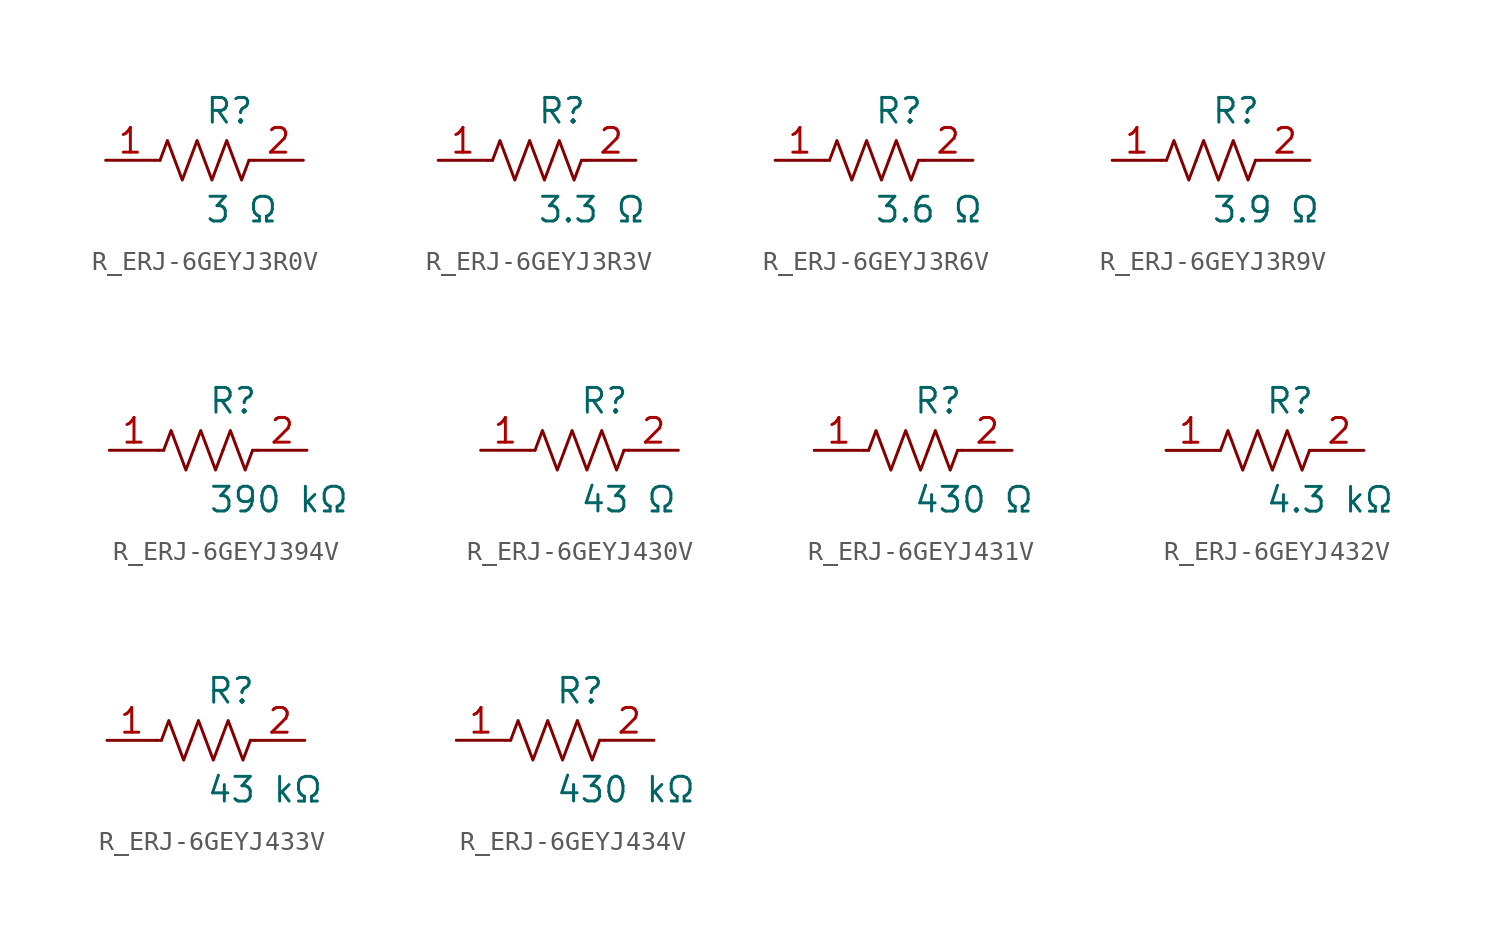
<source format=kicad_sym>
(kicad_symbol_lib
  (version 20231120)
  (generator kicad_symbol_editor)
  (generator_version 8.0)
  (symbol "R_ERJ-6GEYJ3R0V"
    (pin_names
      (offset 0.254))
    (property "Reference" "R"
      (at 0 2.54 0)
      (effects (font (size 1.27 1.27)) (justify left)))
    (property "Value" "3 Ω"
      (at 0 -2.54 0)
      (effects (font (size 1.27 1.27)) (justify left)))
    (symbol "R_ERJ-6GEYJ3R0V_0_1"
      (polyline (pts (xy 2.286 0) (xy 2.54 0)) (stroke (width 0) (type default)) (fill (type none)))
      (polyline (pts (xy -2.286 0) (xy -2.54 0)) (stroke (width 0) (type default)) (fill (type none)))
      (polyline (pts (xy 0.762 0) (xy 1.143 1.016) (xy 1.524 0) (xy 1.905 -1.016) (xy 2.286 0)) (stroke (width 0) (type default)) (fill (type none)))
      (polyline (pts (xy -0.762 0) (xy -0.381 1.016) (xy 0 0) (xy 0.381 -1.016) (xy 0.762 0)) (stroke (width 0) (type default)) (fill (type none)))
      (polyline (pts (xy -2.286 0) (xy -1.905 1.016) (xy -1.524 0) (xy -1.143 -1.016) (xy -0.762 0)) (stroke (width 0) (type default)) (fill (type none))))
    (pin passive line
      (at -5.08 0 0)
      (length 2.54)
      (name "" (effects (font (size 1.27 1.27))))
      (number "1" (effects (font (size 1.27 1.27)))))
    (pin passive line
      (at 5.08 0 180)
      (length 2.54)
      (name "" (effects (font (size 1.27 1.27))))
      (number "2" (effects (font (size 1.27 1.27))))))
  (symbol "R_ERJ-6GEYJ3R3V"
    (pin_names
      (offset 0.254))
    (property "Reference" "R"
      (at 0 2.54 0)
      (effects (font (size 1.27 1.27)) (justify left)))
    (property "Value" "3.3 Ω"
      (at 0 -2.54 0)
      (effects (font (size 1.27 1.27)) (justify left)))
    (symbol "R_ERJ-6GEYJ3R3V_0_1"
      (polyline (pts (xy 2.286 0) (xy 2.54 0)) (stroke (width 0) (type default)) (fill (type none)))
      (polyline (pts (xy -2.286 0) (xy -2.54 0)) (stroke (width 0) (type default)) (fill (type none)))
      (polyline (pts (xy 0.762 0) (xy 1.143 1.016) (xy 1.524 0) (xy 1.905 -1.016) (xy 2.286 0)) (stroke (width 0) (type default)) (fill (type none)))
      (polyline (pts (xy -0.762 0) (xy -0.381 1.016) (xy 0 0) (xy 0.381 -1.016) (xy 0.762 0)) (stroke (width 0) (type default)) (fill (type none)))
      (polyline (pts (xy -2.286 0) (xy -1.905 1.016) (xy -1.524 0) (xy -1.143 -1.016) (xy -0.762 0)) (stroke (width 0) (type default)) (fill (type none))))
    (pin passive line
      (at -5.08 0 0)
      (length 2.54)
      (name "" (effects (font (size 1.27 1.27))))
      (number "1" (effects (font (size 1.27 1.27)))))
    (pin passive line
      (at 5.08 0 180)
      (length 2.54)
      (name "" (effects (font (size 1.27 1.27))))
      (number "2" (effects (font (size 1.27 1.27))))))
  (symbol "R_ERJ-6GEYJ3R6V"
    (pin_names
      (offset 0.254))
    (property "Reference" "R"
      (at 0 2.54 0)
      (effects (font (size 1.27 1.27)) (justify left)))
    (property "Value" "3.6 Ω"
      (at 0 -2.54 0)
      (effects (font (size 1.27 1.27)) (justify left)))
    (symbol "R_ERJ-6GEYJ3R6V_0_1"
      (polyline (pts (xy 2.286 0) (xy 2.54 0)) (stroke (width 0) (type default)) (fill (type none)))
      (polyline (pts (xy -2.286 0) (xy -2.54 0)) (stroke (width 0) (type default)) (fill (type none)))
      (polyline (pts (xy 0.762 0) (xy 1.143 1.016) (xy 1.524 0) (xy 1.905 -1.016) (xy 2.286 0)) (stroke (width 0) (type default)) (fill (type none)))
      (polyline (pts (xy -0.762 0) (xy -0.381 1.016) (xy 0 0) (xy 0.381 -1.016) (xy 0.762 0)) (stroke (width 0) (type default)) (fill (type none)))
      (polyline (pts (xy -2.286 0) (xy -1.905 1.016) (xy -1.524 0) (xy -1.143 -1.016) (xy -0.762 0)) (stroke (width 0) (type default)) (fill (type none))))
    (pin passive line
      (at -5.08 0 0)
      (length 2.54)
      (name "" (effects (font (size 1.27 1.27))))
      (number "1" (effects (font (size 1.27 1.27)))))
    (pin passive line
      (at 5.08 0 180)
      (length 2.54)
      (name "" (effects (font (size 1.27 1.27))))
      (number "2" (effects (font (size 1.27 1.27))))))
  (symbol "R_ERJ-6GEYJ3R9V"
    (pin_names
      (offset 0.254))
    (property "Reference" "R"
      (at 0 2.54 0)
      (effects (font (size 1.27 1.27)) (justify left)))
    (property "Value" "3.9 Ω"
      (at 0 -2.54 0)
      (effects (font (size 1.27 1.27)) (justify left)))
    (symbol "R_ERJ-6GEYJ3R9V_0_1"
      (polyline (pts (xy 2.286 0) (xy 2.54 0)) (stroke (width 0) (type default)) (fill (type none)))
      (polyline (pts (xy -2.286 0) (xy -2.54 0)) (stroke (width 0) (type default)) (fill (type none)))
      (polyline (pts (xy 0.762 0) (xy 1.143 1.016) (xy 1.524 0) (xy 1.905 -1.016) (xy 2.286 0)) (stroke (width 0) (type default)) (fill (type none)))
      (polyline (pts (xy -0.762 0) (xy -0.381 1.016) (xy 0 0) (xy 0.381 -1.016) (xy 0.762 0)) (stroke (width 0) (type default)) (fill (type none)))
      (polyline (pts (xy -2.286 0) (xy -1.905 1.016) (xy -1.524 0) (xy -1.143 -1.016) (xy -0.762 0)) (stroke (width 0) (type default)) (fill (type none))))
    (pin passive line
      (at -5.08 0 0)
      (length 2.54)
      (name "" (effects (font (size 1.27 1.27))))
      (number "1" (effects (font (size 1.27 1.27)))))
    (pin passive line
      (at 5.08 0 180)
      (length 2.54)
      (name "" (effects (font (size 1.27 1.27))))
      (number "2" (effects (font (size 1.27 1.27))))))
  (symbol "R_ERJ-6GEYJ394V"
    (pin_names
      (offset 0.254))
    (property "Reference" "R"
      (at 0 2.54 0)
      (effects (font (size 1.27 1.27)) (justify left)))
    (property "Value" "390 kΩ"
      (at 0 -2.54 0)
      (effects (font (size 1.27 1.27)) (justify left)))
    (symbol "R_ERJ-6GEYJ394V_0_1"
      (polyline (pts (xy 2.286 0) (xy 2.54 0)) (stroke (width 0) (type default)) (fill (type none)))
      (polyline (pts (xy -2.286 0) (xy -2.54 0)) (stroke (width 0) (type default)) (fill (type none)))
      (polyline (pts (xy 0.762 0) (xy 1.143 1.016) (xy 1.524 0) (xy 1.905 -1.016) (xy 2.286 0)) (stroke (width 0) (type default)) (fill (type none)))
      (polyline (pts (xy -0.762 0) (xy -0.381 1.016) (xy 0 0) (xy 0.381 -1.016) (xy 0.762 0)) (stroke (width 0) (type default)) (fill (type none)))
      (polyline (pts (xy -2.286 0) (xy -1.905 1.016) (xy -1.524 0) (xy -1.143 -1.016) (xy -0.762 0)) (stroke (width 0) (type default)) (fill (type none))))
    (pin passive line
      (at -5.08 0 0)
      (length 2.54)
      (name "" (effects (font (size 1.27 1.27))))
      (number "1" (effects (font (size 1.27 1.27)))))
    (pin passive line
      (at 5.08 0 180)
      (length 2.54)
      (name "" (effects (font (size 1.27 1.27))))
      (number "2" (effects (font (size 1.27 1.27))))))
  (symbol "R_ERJ-6GEYJ430V"
    (pin_names
      (offset 0.254))
    (property "Reference" "R"
      (at 0 2.54 0)
      (effects (font (size 1.27 1.27)) (justify left)))
    (property "Value" "43 Ω"
      (at 0 -2.54 0)
      (effects (font (size 1.27 1.27)) (justify left)))
    (symbol "R_ERJ-6GEYJ430V_0_1"
      (polyline (pts (xy 2.286 0) (xy 2.54 0)) (stroke (width 0) (type default)) (fill (type none)))
      (polyline (pts (xy -2.286 0) (xy -2.54 0)) (stroke (width 0) (type default)) (fill (type none)))
      (polyline (pts (xy 0.762 0) (xy 1.143 1.016) (xy 1.524 0) (xy 1.905 -1.016) (xy 2.286 0)) (stroke (width 0) (type default)) (fill (type none)))
      (polyline (pts (xy -0.762 0) (xy -0.381 1.016) (xy 0 0) (xy 0.381 -1.016) (xy 0.762 0)) (stroke (width 0) (type default)) (fill (type none)))
      (polyline (pts (xy -2.286 0) (xy -1.905 1.016) (xy -1.524 0) (xy -1.143 -1.016) (xy -0.762 0)) (stroke (width 0) (type default)) (fill (type none))))
    (pin passive line
      (at -5.08 0 0)
      (length 2.54)
      (name "" (effects (font (size 1.27 1.27))))
      (number "1" (effects (font (size 1.27 1.27)))))
    (pin passive line
      (at 5.08 0 180)
      (length 2.54)
      (name "" (effects (font (size 1.27 1.27))))
      (number "2" (effects (font (size 1.27 1.27))))))
  (symbol "R_ERJ-6GEYJ431V"
    (pin_names
      (offset 0.254))
    (property "Reference" "R"
      (at 0 2.54 0)
      (effects (font (size 1.27 1.27)) (justify left)))
    (property "Value" "430 Ω"
      (at 0 -2.54 0)
      (effects (font (size 1.27 1.27)) (justify left)))
    (symbol "R_ERJ-6GEYJ431V_0_1"
      (polyline (pts (xy 2.286 0) (xy 2.54 0)) (stroke (width 0) (type default)) (fill (type none)))
      (polyline (pts (xy -2.286 0) (xy -2.54 0)) (stroke (width 0) (type default)) (fill (type none)))
      (polyline (pts (xy 0.762 0) (xy 1.143 1.016) (xy 1.524 0) (xy 1.905 -1.016) (xy 2.286 0)) (stroke (width 0) (type default)) (fill (type none)))
      (polyline (pts (xy -0.762 0) (xy -0.381 1.016) (xy 0 0) (xy 0.381 -1.016) (xy 0.762 0)) (stroke (width 0) (type default)) (fill (type none)))
      (polyline (pts (xy -2.286 0) (xy -1.905 1.016) (xy -1.524 0) (xy -1.143 -1.016) (xy -0.762 0)) (stroke (width 0) (type default)) (fill (type none))))
    (pin passive line
      (at -5.08 0 0)
      (length 2.54)
      (name "" (effects (font (size 1.27 1.27))))
      (number "1" (effects (font (size 1.27 1.27)))))
    (pin passive line
      (at 5.08 0 180)
      (length 2.54)
      (name "" (effects (font (size 1.27 1.27))))
      (number "2" (effects (font (size 1.27 1.27))))))
  (symbol "R_ERJ-6GEYJ432V"
    (pin_names
      (offset 0.254))
    (property "Reference" "R"
      (at 0 2.54 0)
      (effects (font (size 1.27 1.27)) (justify left)))
    (property "Value" "4.3 kΩ"
      (at 0 -2.54 0)
      (effects (font (size 1.27 1.27)) (justify left)))
    (symbol "R_ERJ-6GEYJ432V_0_1"
      (polyline (pts (xy 2.286 0) (xy 2.54 0)) (stroke (width 0) (type default)) (fill (type none)))
      (polyline (pts (xy -2.286 0) (xy -2.54 0)) (stroke (width 0) (type default)) (fill (type none)))
      (polyline (pts (xy 0.762 0) (xy 1.143 1.016) (xy 1.524 0) (xy 1.905 -1.016) (xy 2.286 0)) (stroke (width 0) (type default)) (fill (type none)))
      (polyline (pts (xy -0.762 0) (xy -0.381 1.016) (xy 0 0) (xy 0.381 -1.016) (xy 0.762 0)) (stroke (width 0) (type default)) (fill (type none)))
      (polyline (pts (xy -2.286 0) (xy -1.905 1.016) (xy -1.524 0) (xy -1.143 -1.016) (xy -0.762 0)) (stroke (width 0) (type default)) (fill (type none))))
    (pin passive line
      (at -5.08 0 0)
      (length 2.54)
      (name "" (effects (font (size 1.27 1.27))))
      (number "1" (effects (font (size 1.27 1.27)))))
    (pin passive line
      (at 5.08 0 180)
      (length 2.54)
      (name "" (effects (font (size 1.27 1.27))))
      (number "2" (effects (font (size 1.27 1.27))))))
  (symbol "R_ERJ-6GEYJ433V"
    (pin_names
      (offset 0.254))
    (property "Reference" "R"
      (at 0 2.54 0)
      (effects (font (size 1.27 1.27)) (justify left)))
    (property "Value" "43 kΩ"
      (at 0 -2.54 0)
      (effects (font (size 1.27 1.27)) (justify left)))
    (symbol "R_ERJ-6GEYJ433V_0_1"
      (polyline (pts (xy 2.286 0) (xy 2.54 0)) (stroke (width 0) (type default)) (fill (type none)))
      (polyline (pts (xy -2.286 0) (xy -2.54 0)) (stroke (width 0) (type default)) (fill (type none)))
      (polyline (pts (xy 0.762 0) (xy 1.143 1.016) (xy 1.524 0) (xy 1.905 -1.016) (xy 2.286 0)) (stroke (width 0) (type default)) (fill (type none)))
      (polyline (pts (xy -0.762 0) (xy -0.381 1.016) (xy 0 0) (xy 0.381 -1.016) (xy 0.762 0)) (stroke (width 0) (type default)) (fill (type none)))
      (polyline (pts (xy -2.286 0) (xy -1.905 1.016) (xy -1.524 0) (xy -1.143 -1.016) (xy -0.762 0)) (stroke (width 0) (type default)) (fill (type none))))
    (pin passive line
      (at -5.08 0 0)
      (length 2.54)
      (name "" (effects (font (size 1.27 1.27))))
      (number "1" (effects (font (size 1.27 1.27)))))
    (pin passive line
      (at 5.08 0 180)
      (length 2.54)
      (name "" (effects (font (size 1.27 1.27))))
      (number "2" (effects (font (size 1.27 1.27))))))
  (symbol "R_ERJ-6GEYJ434V"
    (pin_names
      (offset 0.254))
    (property "Reference" "R"
      (at 0 2.54 0)
      (effects (font (size 1.27 1.27)) (justify left)))
    (property "Value" "430 kΩ"
      (at 0 -2.54 0)
      (effects (font (size 1.27 1.27)) (justify left)))
    (symbol "R_ERJ-6GEYJ434V_0_1"
      (polyline (pts (xy 2.286 0) (xy 2.54 0)) (stroke (width 0) (type default)) (fill (type none)))
      (polyline (pts (xy -2.286 0) (xy -2.54 0)) (stroke (width 0) (type default)) (fill (type none)))
      (polyline (pts (xy 0.762 0) (xy 1.143 1.016) (xy 1.524 0) (xy 1.905 -1.016) (xy 2.286 0)) (stroke (width 0) (type default)) (fill (type none)))
      (polyline (pts (xy -0.762 0) (xy -0.381 1.016) (xy 0 0) (xy 0.381 -1.016) (xy 0.762 0)) (stroke (width 0) (type default)) (fill (type none)))
      (polyline (pts (xy -2.286 0) (xy -1.905 1.016) (xy -1.524 0) (xy -1.143 -1.016) (xy -0.762 0)) (stroke (width 0) (type default)) (fill (type none))))
    (pin passive line
      (at -5.08 0 0)
      (length 2.54)
      (name "" (effects (font (size 1.27 1.27))))
      (number "1" (effects (font (size 1.27 1.27)))))
    (pin passive line
      (at 5.08 0 180)
      (length 2.54)
      (name "" (effects (font (size 1.27 1.27))))
      (number "2" (effects (font (size 1.27 1.27)))))))
</source>
